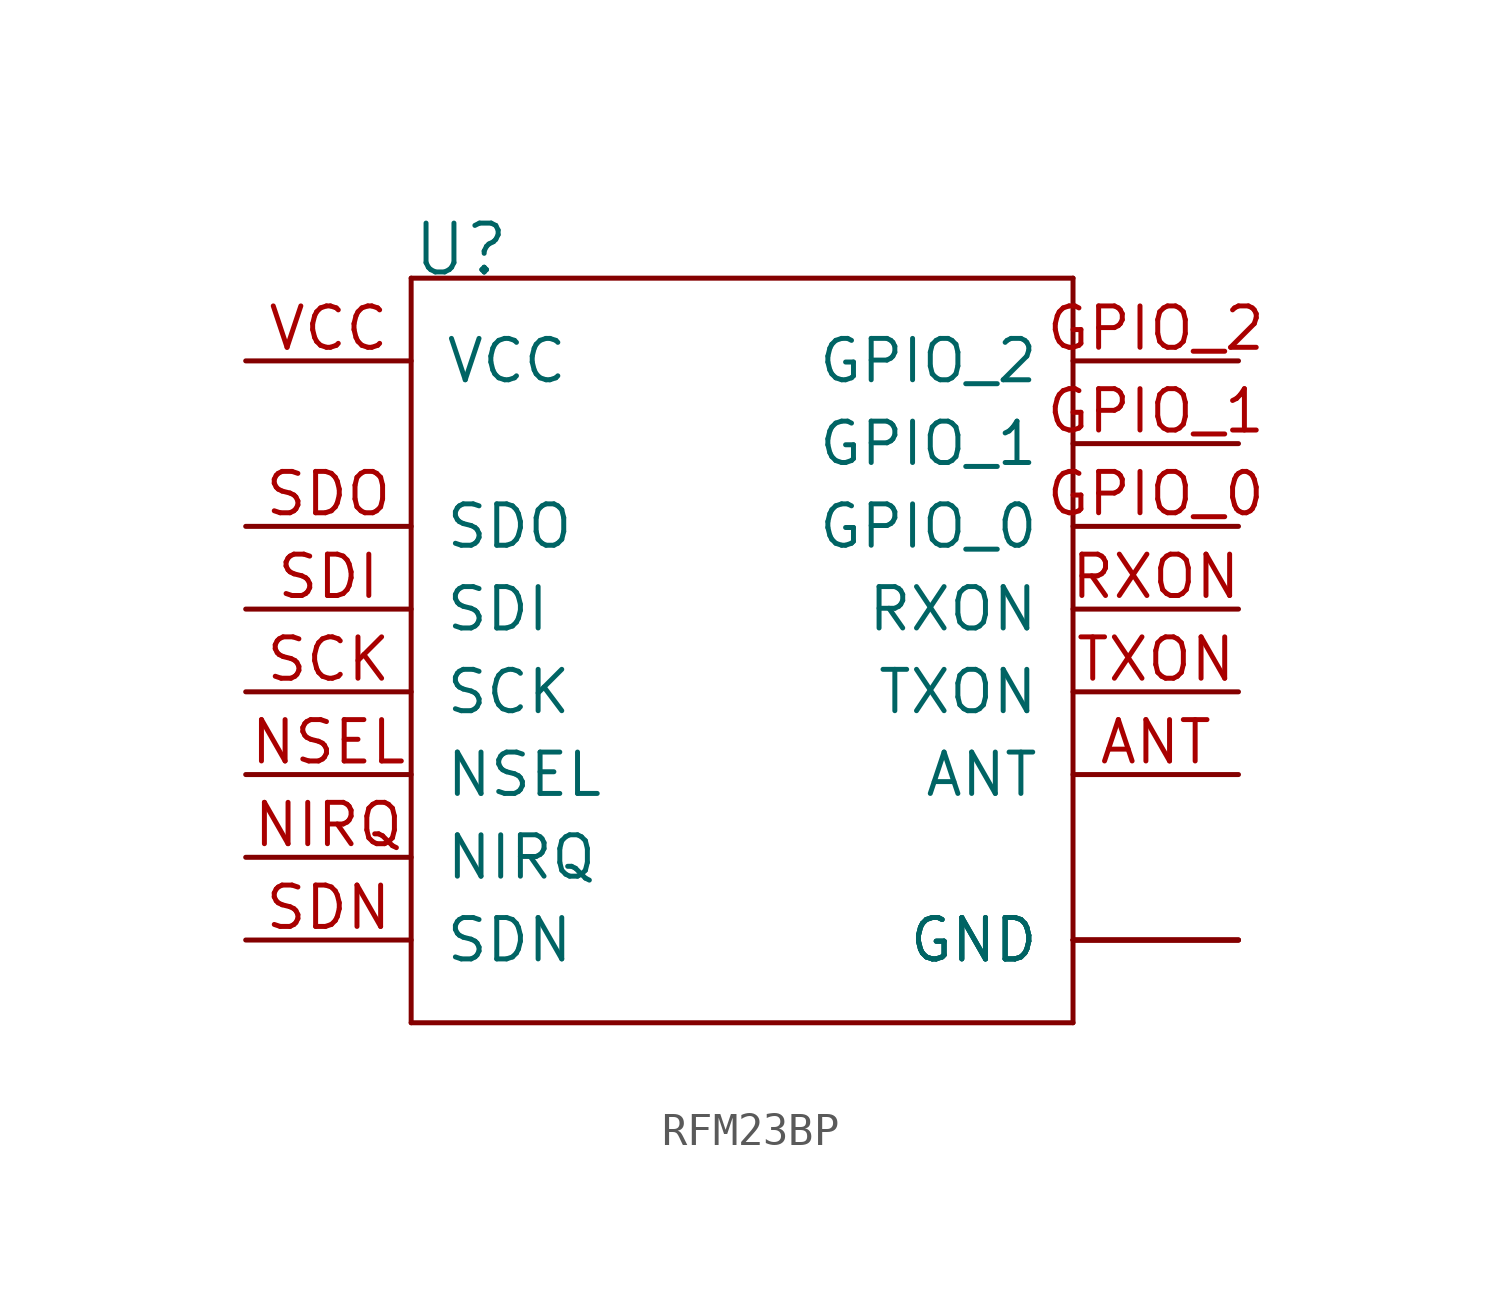
<source format=kicad_sym>
(kicad_symbol_lib
  (version 20220914)
  (generator kicad_symbol_editor)
  (symbol "RFM23BP"
    (pin_names
      (offset 1.016))
    (property "Reference" "U"
      (at -7.62 10.16 0)
      (effects (font (size 1.499 1.499)) (justify left bottom)))
    (property "ki_locked" ""
      (at 0 0 0)
      (effects (font (size 1.27 1.27))))
    (symbol "RFM23BP_1_0"
      (polyline (pts (xy -7.62 -12.7) (xy -7.62 10.16)) (stroke (width 0) (type default)) (fill (type none)))
      (polyline (pts (xy -7.62 10.16) (xy 12.7 10.16)) (stroke (width 0) (type default)) (fill (type none)))
      (polyline (pts (xy 12.7 -12.7) (xy -7.62 -12.7)) (stroke (width 0) (type default)) (fill (type none)))
      (polyline (pts (xy 12.7 10.16) (xy 12.7 -12.7)) (stroke (width 0) (type default)) (fill (type none)))
      (pin bidirectional line (at 17.78 -5.08 180) (length 5.08) (name "ANT" (effects (font (size 1.27 1.27)))) (number "ANT" (effects (font (size 1.27 1.27)))))
      (pin bidirectional line (at 17.78 -10.16 180) (length 5.08) (name "GND" (effects (font (size 1.27 1.27)))) (number "GND1" (effects (font (size 0 0)))))
      (pin bidirectional line (at 17.78 -10.16 180) (length 5.08) (name "GND" (effects (font (size 1.27 1.27)))) (number "GND2" (effects (font (size 0 0)))))
      (pin bidirectional line (at 17.78 -10.16 180) (length 5.08) (name "GND" (effects (font (size 1.27 1.27)))) (number "GND3" (effects (font (size 0 0)))))
      (pin bidirectional line (at 17.78 2.54 180) (length 5.08) (name "GPIO_0" (effects (font (size 1.27 1.27)))) (number "GPIO_0" (effects (font (size 1.27 1.27)))))
      (pin bidirectional line (at 17.78 5.08 180) (length 5.08) (name "GPIO_1" (effects (font (size 1.27 1.27)))) (number "GPIO_1" (effects (font (size 1.27 1.27)))))
      (pin bidirectional line (at 17.78 7.62 180) (length 5.08) (name "GPIO_2" (effects (font (size 1.27 1.27)))) (number "GPIO_2" (effects (font (size 1.27 1.27)))))
      (pin bidirectional line (at -12.7 -7.62 0) (length 5.08) (name "NIRQ" (effects (font (size 1.27 1.27)))) (number "NIRQ" (effects (font (size 1.27 1.27)))))
      (pin bidirectional line (at -12.7 -5.08 0) (length 5.08) (name "NSEL" (effects (font (size 1.27 1.27)))) (number "NSEL" (effects (font (size 1.27 1.27)))))
      (pin bidirectional line (at 17.78 0 180) (length 5.08) (name "RXON" (effects (font (size 1.27 1.27)))) (number "RXON" (effects (font (size 1.27 1.27)))))
      (pin bidirectional line (at -12.7 -2.54 0) (length 5.08) (name "SCK" (effects (font (size 1.27 1.27)))) (number "SCK" (effects (font (size 1.27 1.27)))))
      (pin bidirectional line (at -12.7 0 0) (length 5.08) (name "SDI" (effects (font (size 1.27 1.27)))) (number "SDI" (effects (font (size 1.27 1.27)))))
      (pin bidirectional line (at -12.7 -10.16 0) (length 5.08) (name "SDN" (effects (font (size 1.27 1.27)))) (number "SDN" (effects (font (size 1.27 1.27)))))
      (pin bidirectional line (at -12.7 2.54 0) (length 5.08) (name "SDO" (effects (font (size 1.27 1.27)))) (number "SDO" (effects (font (size 1.27 1.27)))))
      (pin bidirectional line (at 17.78 -2.54 180) (length 5.08) (name "TXON" (effects (font (size 1.27 1.27)))) (number "TXON" (effects (font (size 1.27 1.27)))))
      (pin power_in line (at -12.7 7.62 0) (length 5.08) (name "VCC" (effects (font (size 1.27 1.27)))) (number "VCC" (effects (font (size 1.27 1.27))))))))
</source>
